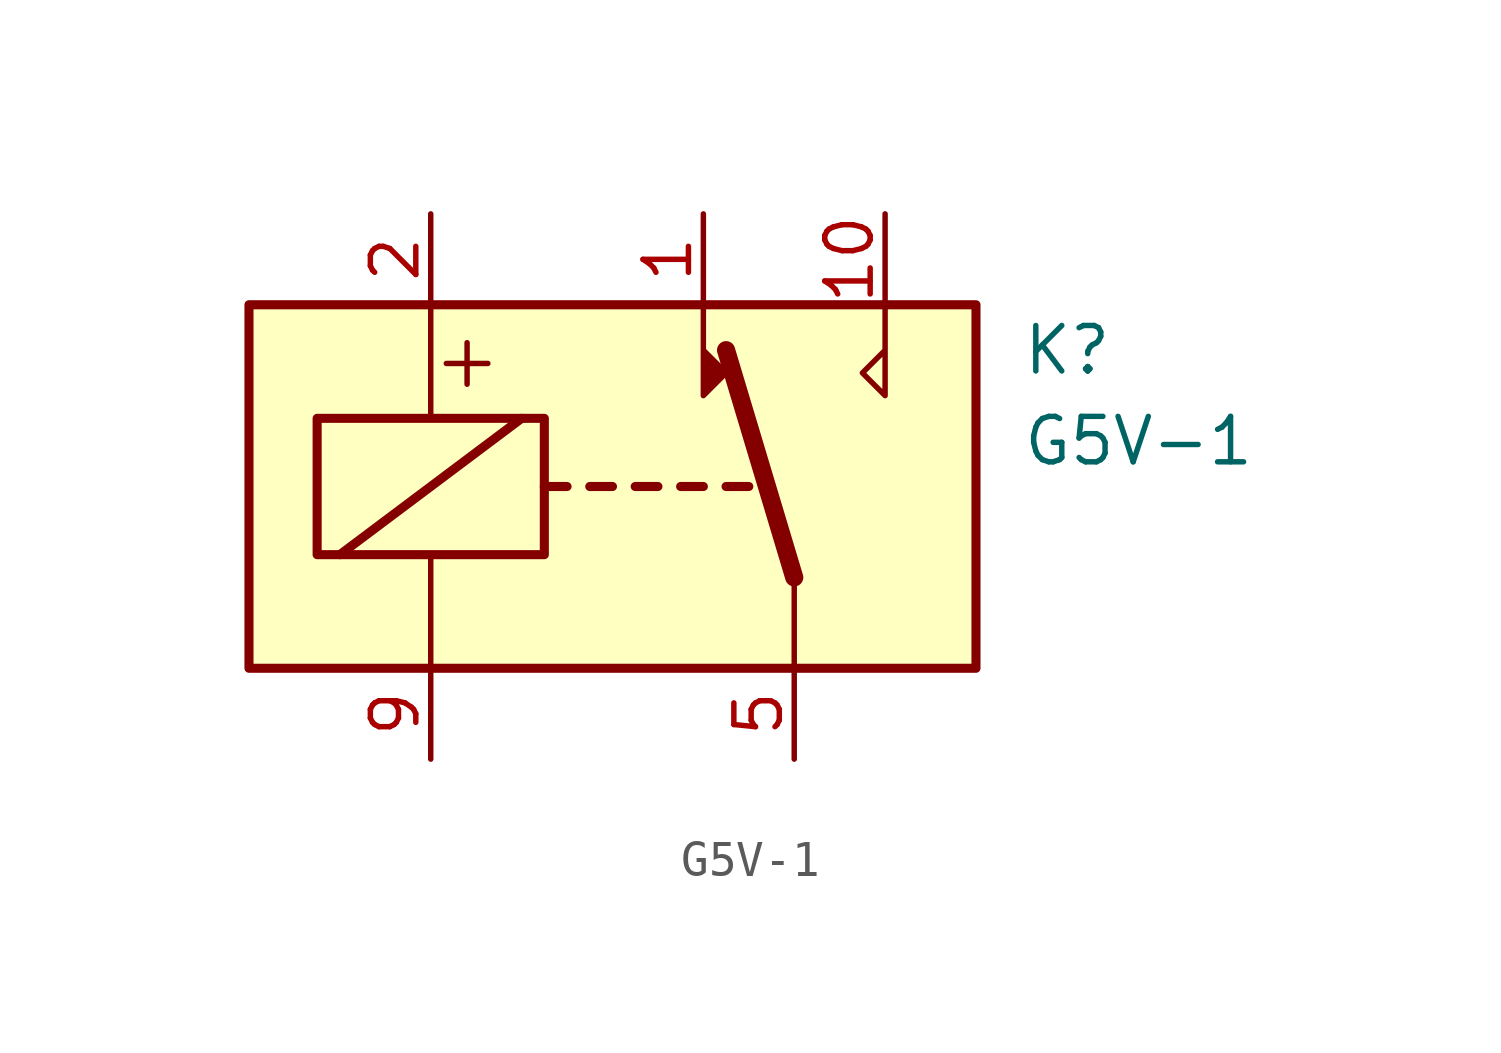
<source format=kicad_sym>
(kicad_symbol_lib
  (version 20211014)
  (generator kicad_symbol_editor)
  (symbol "G5V-1"
    (property "Reference" "K"
      (at 11.43 3.81 0)
      (effects (font (size 1.27 1.27)) (justify left)))
    (property "Value" "G5V-1"
      (at 11.43 1.27 0)
      (effects (font (size 1.27 1.27)) (justify left)))
    (symbol "G5V-1_0_0"
      (polyline (pts (xy 7.62 5.08) (xy 7.62 2.54) (xy 6.985 3.175) (xy 7.62 3.81)) (stroke (width 0) (type default) (color 0 0 0 0)) (fill (type none)))
      (text "+" (at -4.064 3.556 0) (effects (font (size 1.524 1.524)))))
    (symbol "G5V-1_0_1"
      (rectangle (start -10.16 5.08) (end 10.16 -5.08) (stroke (width 0.254) (type default) (color 0 0 0 0)) (fill (type background)))
      (rectangle (start -8.255 1.905) (end -1.905 -1.905) (stroke (width 0.254) (type default) (color 0 0 0 0)) (fill (type none)))
      (polyline (pts (xy -7.62 -1.905) (xy -2.54 1.905)) (stroke (width 0.254) (type default) (color 0 0 0 0)) (fill (type none)))
      (polyline (pts (xy -5.08 -5.08) (xy -5.08 -1.905)) (stroke (width 0) (type default) (color 0 0 0 0)) (fill (type none)))
      (polyline (pts (xy -5.08 5.08) (xy -5.08 1.905)) (stroke (width 0) (type default) (color 0 0 0 0)) (fill (type none)))
      (polyline (pts (xy -1.905 0) (xy -1.27 0)) (stroke (width 0.254) (type default) (color 0 0 0 0)) (fill (type none)))
      (polyline (pts (xy -0.635 0) (xy 0 0)) (stroke (width 0.254) (type default) (color 0 0 0 0)) (fill (type none)))
      (polyline (pts (xy 0.635 0) (xy 1.27 0)) (stroke (width 0.254) (type default) (color 0 0 0 0)) (fill (type none)))
      (polyline (pts (xy 1.905 0) (xy 2.54 0)) (stroke (width 0.254) (type default) (color 0 0 0 0)) (fill (type none)))
      (polyline (pts (xy 3.175 0) (xy 3.81 0)) (stroke (width 0.254) (type default) (color 0 0 0 0)) (fill (type none)))
      (polyline (pts (xy 5.08 -2.54) (xy 3.175 3.81)) (stroke (width 0.508) (type default) (color 0 0 0 0)) (fill (type none)))
      (polyline (pts (xy 5.08 -2.54) (xy 5.08 -5.08)) (stroke (width 0) (type default) (color 0 0 0 0)) (fill (type none)))
      (polyline (pts (xy 2.54 5.08) (xy 2.54 2.54) (xy 3.175 3.175) (xy 2.54 3.81)) (stroke (width 0) (type default) (color 0 0 0 0)) (fill (type outline))))
    (symbol "G5V-1_1_1"
      (pin passive line (at 2.54 7.62 270) (length 2.54) (name "~" (effects (font (size 1.27 1.27)))) (number "1" (effects (font (size 1.27 1.27)))))
      (pin passive line (at 7.62 7.62 270) (length 2.54) (name "~" (effects (font (size 1.27 1.27)))) (number "10" (effects (font (size 1.27 1.27)))))
      (pin passive line (at -5.08 7.62 270) (length 2.54) (name "~" (effects (font (size 1.27 1.27)))) (number "2" (effects (font (size 1.27 1.27)))))
      (pin passive line (at 5.08 -7.62 90) (length 2.54) (name "~" (effects (font (size 1.27 1.27)))) (number "5" (effects (font (size 1.27 1.27)))))
      (pin passive line (at 5.08 -7.62 90) (length 2.54) hide (name "~" (effects (font (size 1.27 1.27)))) (number "6" (effects (font (size 1.27 1.27)))))
      (pin passive line (at -5.08 -7.62 90) (length 2.54) (name "~" (effects (font (size 1.27 1.27)))) (number "9" (effects (font (size 1.27 1.27))))))))
</source>
